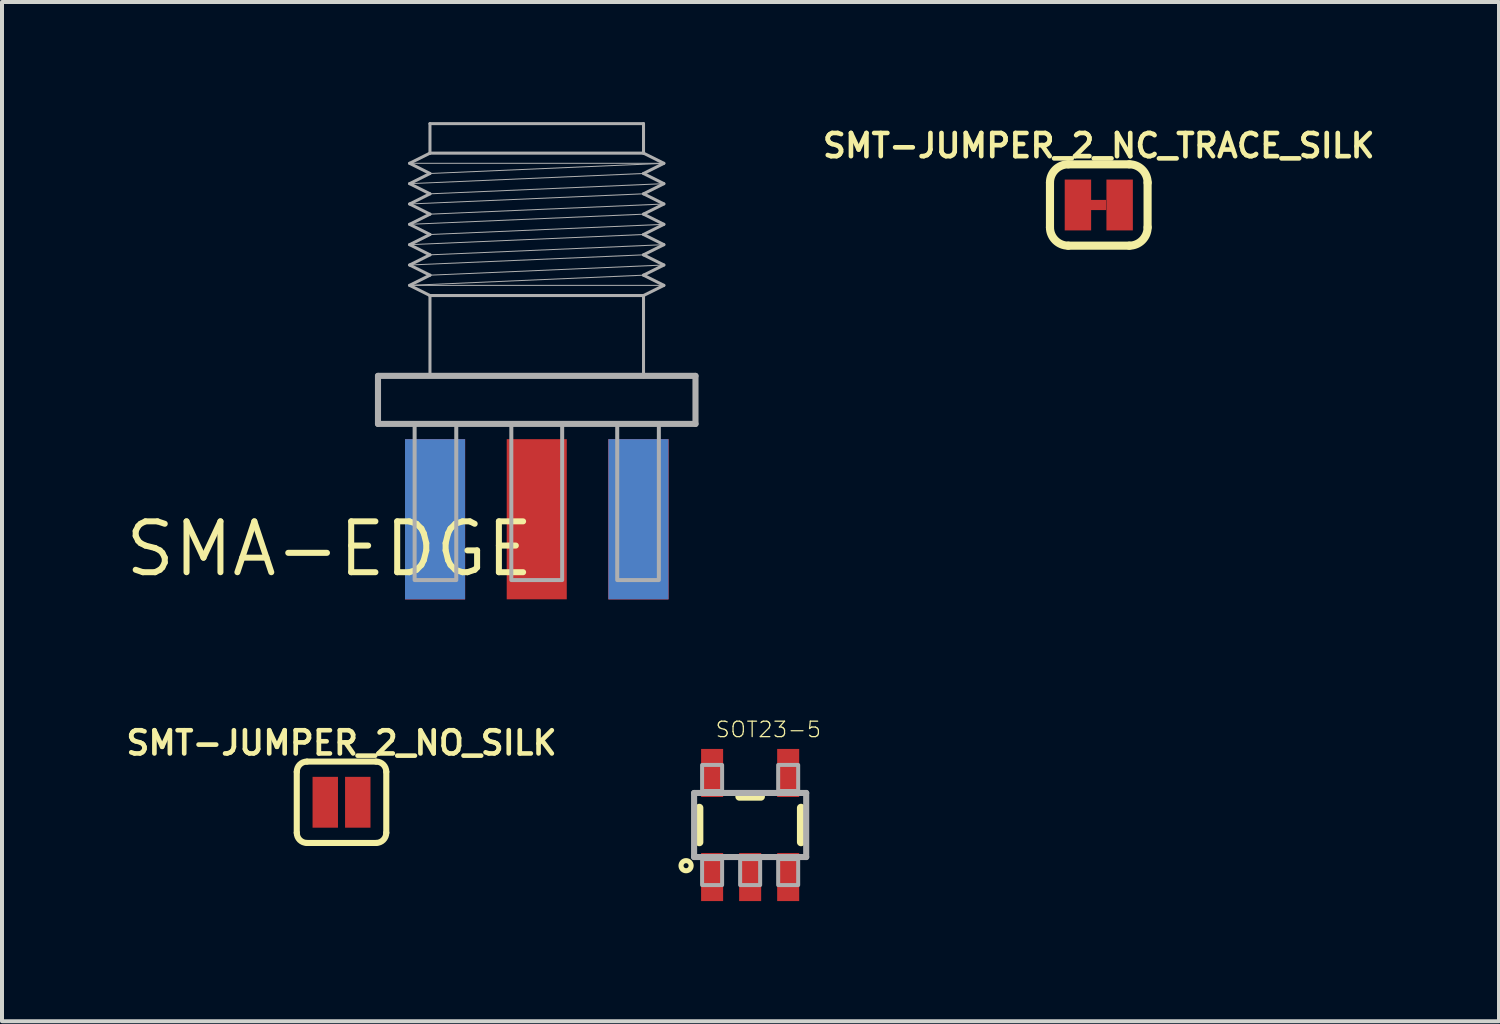
<source format=kicad_pcb>
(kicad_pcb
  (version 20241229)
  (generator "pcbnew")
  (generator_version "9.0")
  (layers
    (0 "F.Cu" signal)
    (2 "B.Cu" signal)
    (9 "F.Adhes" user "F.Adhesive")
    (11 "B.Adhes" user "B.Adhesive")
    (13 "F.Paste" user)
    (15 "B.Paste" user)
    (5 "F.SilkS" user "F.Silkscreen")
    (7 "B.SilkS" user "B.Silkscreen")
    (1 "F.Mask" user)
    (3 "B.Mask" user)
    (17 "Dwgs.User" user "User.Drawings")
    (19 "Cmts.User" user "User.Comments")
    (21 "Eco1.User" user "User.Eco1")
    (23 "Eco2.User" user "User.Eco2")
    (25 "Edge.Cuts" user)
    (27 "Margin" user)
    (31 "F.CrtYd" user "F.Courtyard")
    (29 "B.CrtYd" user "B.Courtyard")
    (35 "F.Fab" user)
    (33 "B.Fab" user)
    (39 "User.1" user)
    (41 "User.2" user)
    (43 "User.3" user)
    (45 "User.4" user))
  (footprint "SOT23-5"
    (layer "F.Cu")
    (at 15.686 17.556)
    (property "Reference" "SOT23-5" (at -0.889 -2.159 180) (layer "F.SilkS") (effects (font (size 0.386 0.386) (thickness 0.031)) (justify left bottom)))
    (attr through_hole)
    (fp_line (start -1.27 0.429) (end -1.27 -0.429) (stroke (width 0.203) (type solid)) (layer "F.SilkS"))
    (fp_line (start -0.268 -0.709) (end 0.268 -0.709) (stroke (width 0.203) (type solid)) (layer "F.SilkS"))
    (fp_line (start 1.27 -0.429) (end 1.27 0.429) (stroke (width 0.203) (type solid)) (layer "F.SilkS"))
    (fp_circle (center -1.6 1.016) (end -1.537 1.016) (stroke (width 0.127) (type solid)) (fill no) (layer "F.SilkS"))
    (fp_line (start -1.4 -0.8) (end -1.4 0.8) (stroke (width 0.152) (type solid)) (layer "F.Fab"))
    (fp_line (start -1.4 -0.8) (end 1.4 -0.8) (stroke (width 0.152) (type solid)) (layer "F.Fab"))
    (fp_line (start 1.4 -0.8) (end 1.4 0.8) (stroke (width 0.152) (type solid)) (layer "F.Fab"))
    (fp_line (start 1.4 0.8) (end -1.4 0.8) (stroke (width 0.152) (type solid)) (layer "F.Fab"))
    (fp_poly (pts (xy -1.2 -0.85) (xy -0.7 -0.85) (xy -0.7 -1.5) (xy -1.2 -1.5)) (stroke (width 0.1) (type solid)) (fill no) (layer "F.Fab"))
    (fp_poly (pts (xy -1.2 1.5) (xy -0.7 1.5) (xy -0.7 0.85) (xy -1.2 0.85)) (stroke (width 0.1) (type solid)) (fill no) (layer "F.Fab"))
    (fp_poly (pts (xy -0.25 1.5) (xy 0.25 1.5) (xy 0.25 0.85) (xy -0.25 0.85)) (stroke (width 0.1) (type solid)) (fill no) (layer "F.Fab"))
    (fp_poly (pts (xy 0.7 -0.85) (xy 1.2 -0.85) (xy 1.2 -1.5) (xy 0.7 -1.5)) (stroke (width 0.1) (type solid)) (fill no) (layer "F.Fab"))
    (fp_poly (pts (xy 0.7 1.5) (xy 1.2 1.5) (xy 1.2 0.85) (xy 0.7 0.85)) (stroke (width 0.1) (type solid)) (fill no) (layer "F.Fab"))
    (pad "1" smd rect (at -0.95 1.3) (size 0.55 1.2) (layers "F.Cu" "F.Mask" "F.Paste"))
    (pad "2" smd rect (at 0 1.3) (size 0.55 1.2) (layers "F.Cu" "F.Mask" "F.Paste"))
    (pad "3" smd rect (at 0.95 1.3) (size 0.55 1.2) (layers "F.Cu" "F.Mask" "F.Paste"))
    (pad "4" smd rect (at 0.95 -1.3) (size 0.55 1.2) (layers "F.Cu" "F.Mask" "F.Paste"))
    (pad "5" smd rect (at -0.95 -1.3) (size 0.55 1.2) (layers "F.Cu" "F.Mask" "F.Paste")))
  (footprint "SMT-JUMPER_2_NO_SILK"
    (layer "F.Cu")
    (at 5.48 16.988)
    (property "Reference" "SMT-JUMPER_2_NO_SILK" (at 0 -1.143 0) (layer "F.SilkS") (effects (font (size 0.579 0.579) (thickness 0.116)) (justify bottom)))
    (attr through_hole)
    (fp_line (start -1.118 0.762) (end -1.118 -0.762) (stroke (width 0.152) (type solid)) (layer "F.SilkS"))
    (fp_line (start -0.864 -1.016) (end 0.864 -1.016) (stroke (width 0.152) (type solid)) (layer "F.SilkS"))
    (fp_line (start 0.864 1.016) (end -0.864 1.016) (stroke (width 0.152) (type solid)) (layer "F.SilkS"))
    (fp_line (start 1.118 0.762) (end 1.118 -0.762) (stroke (width 0.152) (type solid)) (layer "F.SilkS"))
    (fp_arc (start -1.1176 -0.762) (mid -1.043205 -0.941605) (end -0.8636 -1.016) (stroke (width 0.1524) (type solid)) (layer "F.SilkS"))
    (fp_arc (start -0.8636 1.016) (mid -1.043205 0.941605) (end -1.1176 0.762) (stroke (width 0.1524) (type solid)) (layer "F.SilkS"))
    (fp_arc (start 0.8636 -1.016) (mid 1.043205 -0.941605) (end 1.1176 -0.762) (stroke (width 0.1524) (type solid)) (layer "F.SilkS"))
    (fp_arc (start 1.1176 0.762) (mid 1.043205 0.941605) (end 0.8636 1.016) (stroke (width 0.1524) (type solid)) (layer "F.SilkS"))
    (pad "1" smd rect (at -0.406 0) (size 0.635 1.27) (layers "F.Cu" "F.Mask"))
    (pad "2" smd rect (at 0.406 0) (size 0.635 1.27) (layers "F.Cu" "F.Mask")))
  (footprint "SMT-JUMPER_2_NC_TRACE_SILK"
    (layer "F.Cu")
    (at 24.394 2.07)
    (property "Reference" "SMT-JUMPER_2_NC_TRACE_SILK" (at 0 -1.143 180) (layer "F.SilkS") (effects (font (size 0.579 0.579) (thickness 0.116)) (justify bottom)))
    (attr through_hole)
    (fp_poly (pts (xy -0.699 -0.127) (xy 0.184 -0.127) (xy 0.184 0.127) (xy -0.699 0.127)) (stroke (width 0) (type solid)) (fill yes) (layer "F.Cu"))
    (fp_poly (pts (xy -0.191 -0.127) (xy 0.191 -0.127) (xy 0.191 0.127) (xy -0.191 0.127)) (stroke (width 0) (type solid)) (fill yes) (layer "F.Mask"))
    (fp_line (start -1.219 0.559) (end -1.219 -0.559) (stroke (width 0.203) (type solid)) (layer "F.SilkS"))
    (fp_line (start -0.762 -1.016) (end 0.762 -1.016) (stroke (width 0.203) (type solid)) (layer "F.SilkS"))
    (fp_line (start 0.762 1.016) (end -0.762 1.016) (stroke (width 0.203) (type solid)) (layer "F.SilkS"))
    (fp_line (start 1.219 0.559) (end 1.219 -0.559) (stroke (width 0.203) (type solid)) (layer "F.SilkS"))
    (fp_arc (start -1.2192 -0.5588) (mid -1.085289 -0.882089) (end -0.762 -1.016) (stroke (width 0.2032) (type solid)) (layer "F.SilkS"))
    (fp_arc (start -0.762 1.016) (mid -1.085289 0.882089) (end -1.2192 0.5588) (stroke (width 0.2032) (type solid)) (layer "F.SilkS"))
    (fp_arc (start 0.762 -1.016) (mid 1.085289 -0.882089) (end 1.2192 -0.5588) (stroke (width 0.2032) (type solid)) (layer "F.SilkS"))
    (fp_arc (start 1.2192 0.5588) (mid 1.085289 0.882089) (end 0.762 1.016) (stroke (width 0.2032) (type solid)) (layer "F.SilkS"))
    (pad "1" smd rect (at -0.521 0) (size 0.66 1.27) (layers "F.Cu" "F.Mask"))
    (pad "2" smd rect (at 0.521 0) (size 0.66 1.27) (layers "F.Cu" "F.Mask")))
  (footprint "SMA-EDGE"
    (layer "F.Cu")
    (at 10.356 9.919)
    (property "Reference" "SMA-EDGE" (at 0 0 0) (layer "F.SilkS") (effects (font (size 1.27 1.27) (thickness 0.15)) (justify right top)))
    (attr through_hole)
    (fp_line (start -3.965 -3.581) (end 3.965 -3.581) (stroke (width 0.152) (type solid)) (layer "F.Fab"))
    (fp_line (start -3.965 -2.381) (end -3.965 -3.581) (stroke (width 0.152) (type solid)) (layer "F.Fab"))
    (fp_line (start -3.175 -8.89) (end -2.667 -9.144) (stroke (width 0.076) (type solid)) (layer "F.Fab"))
    (fp_line (start -3.175 -8.382) (end -2.667 -8.636) (stroke (width 0.076) (type solid)) (layer "F.Fab"))
    (fp_line (start -3.175 -8.382) (end 2.667 -8.636) (stroke (width 0.025) (type solid)) (layer "F.Fab"))
    (fp_line (start -3.175 -7.874) (end -2.667 -8.128) (stroke (width 0.076) (type solid)) (layer "F.Fab"))
    (fp_line (start -3.175 -7.874) (end -2.667 -7.62) (stroke (width 0.076) (type solid)) (layer "F.Fab"))
    (fp_line (start -3.175 -7.874) (end 2.667 -8.128) (stroke (width 0.025) (type solid)) (layer "F.Fab"))
    (fp_line (start -3.175 -7.366) (end -2.667 -7.62) (stroke (width 0.076) (type solid)) (layer "F.Fab"))
    (fp_line (start -3.175 -7.366) (end 2.667 -7.62) (stroke (width 0.025) (type solid)) (layer "F.Fab"))
    (fp_line (start -3.175 -6.858) (end -2.667 -7.112) (stroke (width 0.076) (type solid)) (layer "F.Fab"))
    (fp_line (start -3.175 -6.858) (end 2.667 -7.112) (stroke (width 0.025) (type solid)) (layer "F.Fab"))
    (fp_line (start -3.175 -6.35) (end -2.667 -6.604) (stroke (width 0.076) (type solid)) (layer "F.Fab"))
    (fp_line (start -3.175 -6.35) (end 2.667 -6.604) (stroke (width 0.025) (type solid)) (layer "F.Fab"))
    (fp_line (start -3.175 -5.842) (end -2.667 -6.096) (stroke (width 0.076) (type solid)) (layer "F.Fab"))
    (fp_line (start -3.175 -5.842) (end 2.667 -6.096) (stroke (width 0.025) (type solid)) (layer "F.Fab"))
    (fp_line (start -3.175 -5.842) (end 3.175 -5.842) (stroke (width 0.025) (type solid)) (layer "F.Fab"))
    (fp_line (start -2.667 -9.881) (end 2.667 -9.881) (stroke (width 0.076) (type solid)) (layer "F.Fab"))
    (fp_line (start -2.667 -9.144) (end -2.667 -9.881) (stroke (width 0.076) (type solid)) (layer "F.Fab"))
    (fp_line (start -2.667 -9.144) (end 2.667 -9.144) (stroke (width 0.076) (type solid)) (layer "F.Fab"))
    (fp_line (start -2.667 -8.636) (end -3.175 -8.89) (stroke (width 0.076) (type solid)) (layer "F.Fab"))
    (fp_line (start -2.667 -8.636) (end 3.175 -8.89) (stroke (width 0.025) (type solid)) (layer "F.Fab"))
    (fp_line (start -2.667 -8.128) (end -3.175 -8.382) (stroke (width 0.076) (type solid)) (layer "F.Fab"))
    (fp_line (start -2.667 -8.128) (end 3.175 -8.382) (stroke (width 0.025) (type solid)) (layer "F.Fab"))
    (fp_line (start -2.667 -7.62) (end 3.175 -7.874) (stroke (width 0.025) (type solid)) (layer "F.Fab"))
    (fp_line (start -2.667 -7.112) (end -3.175 -7.366) (stroke (width 0.076) (type solid)) (layer "F.Fab"))
    (fp_line (start -2.667 -7.112) (end 3.175 -7.366) (stroke (width 0.025) (type solid)) (layer "F.Fab"))
    (fp_line (start -2.667 -6.604) (end -3.175 -6.858) (stroke (width 0.076) (type solid)) (layer "F.Fab"))
    (fp_line (start -2.667 -6.604) (end 3.175 -6.858) (stroke (width 0.025) (type solid)) (layer "F.Fab"))
    (fp_line (start -2.667 -6.096) (end -3.175 -6.35) (stroke (width 0.076) (type solid)) (layer "F.Fab"))
    (fp_line (start -2.667 -6.096) (end 3.175 -6.35) (stroke (width 0.025) (type solid)) (layer "F.Fab"))
    (fp_line (start -2.667 -5.588) (end -3.175 -5.842) (stroke (width 0.076) (type solid)) (layer "F.Fab"))
    (fp_line (start -2.667 -5.588) (end 2.667 -5.588) (stroke (width 0.076) (type solid)) (layer "F.Fab"))
    (fp_line (start -2.667 -3.581) (end -2.667 -5.588) (stroke (width 0.076) (type solid)) (layer "F.Fab"))
    (fp_line (start 2.667 -9.881) (end 2.667 -9.144) (stroke (width 0.076) (type solid)) (layer "F.Fab"))
    (fp_line (start 2.667 -9.144) (end 3.175 -8.89) (stroke (width 0.076) (type solid)) (layer "F.Fab"))
    (fp_line (start 2.667 -8.636) (end 3.175 -8.382) (stroke (width 0.076) (type solid)) (layer "F.Fab"))
    (fp_line (start 2.667 -8.128) (end 3.175 -7.874) (stroke (width 0.076) (type solid)) (layer "F.Fab"))
    (fp_line (start 2.667 -7.62) (end 3.175 -7.366) (stroke (width 0.076) (type solid)) (layer "F.Fab"))
    (fp_line (start 2.667 -7.112) (end 3.175 -6.858) (stroke (width 0.076) (type solid)) (layer "F.Fab"))
    (fp_line (start 2.667 -6.604) (end 3.175 -6.35) (stroke (width 0.076) (type solid)) (layer "F.Fab"))
    (fp_line (start 2.667 -6.096) (end 3.175 -5.842) (stroke (width 0.076) (type solid)) (layer "F.Fab"))
    (fp_line (start 2.667 -5.588) (end 2.667 -3.556) (stroke (width 0.076) (type solid)) (layer "F.Fab"))
    (fp_line (start 3.175 -8.89) (end -3.175 -8.89) (stroke (width 0.025) (type solid)) (layer "F.Fab"))
    (fp_line (start 3.175 -8.89) (end 2.667 -8.636) (stroke (width 0.076) (type solid)) (layer "F.Fab"))
    (fp_line (start 3.175 -8.382) (end 2.667 -8.128) (stroke (width 0.076) (type solid)) (layer "F.Fab"))
    (fp_line (start 3.175 -7.874) (end 2.667 -7.62) (stroke (width 0.076) (type solid)) (layer "F.Fab"))
    (fp_line (start 3.175 -7.366) (end 2.667 -7.112) (stroke (width 0.076) (type solid)) (layer "F.Fab"))
    (fp_line (start 3.175 -6.858) (end 2.667 -6.604) (stroke (width 0.076) (type solid)) (layer "F.Fab"))
    (fp_line (start 3.175 -6.35) (end 2.667 -6.096) (stroke (width 0.076) (type solid)) (layer "F.Fab"))
    (fp_line (start 3.175 -5.842) (end 2.667 -5.588) (stroke (width 0.076) (type solid)) (layer "F.Fab"))
    (fp_line (start 3.965 -3.581) (end 3.965 -2.381) (stroke (width 0.152) (type solid)) (layer "F.Fab"))
    (fp_line (start 3.965 -2.381) (end -3.965 -2.381) (stroke (width 0.152) (type solid)) (layer "F.Fab"))
    (fp_poly (pts (xy -3.05 1.519) (xy -2.01 1.519) (xy -2.01 -2.381) (xy -3.05 -2.381)) (stroke (width 0.1) (type solid)) (fill no) (layer "F.Fab"))
    (fp_poly (pts (xy -0.635 1.519) (xy 0.635 1.519) (xy 0.635 -2.381) (xy -0.635 -2.381)) (stroke (width 0.1) (type solid)) (fill no) (layer "F.Fab"))
    (fp_poly (pts (xy 2.01 1.519) (xy 3.05 1.519) (xy 3.05 -2.381) (xy 2.01 -2.381)) (stroke (width 0.1) (type solid)) (fill no) (layer "F.Fab"))
    (pad "GND@0" smd rect (at -2.54 0) (size 1.5 4) (layers "F.Cu" "F.Mask"))
    (pad "GND@1" smd rect (at 2.54 0) (size 1.5 4) (layers "F.Cu" "F.Mask"))
    (pad "GND@2" smd rect (at -2.54 0) (size 1.5 4) (layers "*.Cu" "*.Mask"))
    (pad "GND@3" smd rect (at 2.54 0) (size 1.5 4) (layers "*.Cu" "*.Mask"))
    (pad "SIG" smd rect (at 0 0) (size 1.5 4) (layers "F.Cu" "F.Mask")))
  (gr_rect
    (start -3 -3)
    (end 34.39 22.457)
    (stroke (width 0.1) (type default))
    (fill no)
    (layer "Edge.Cuts")))
</source>
